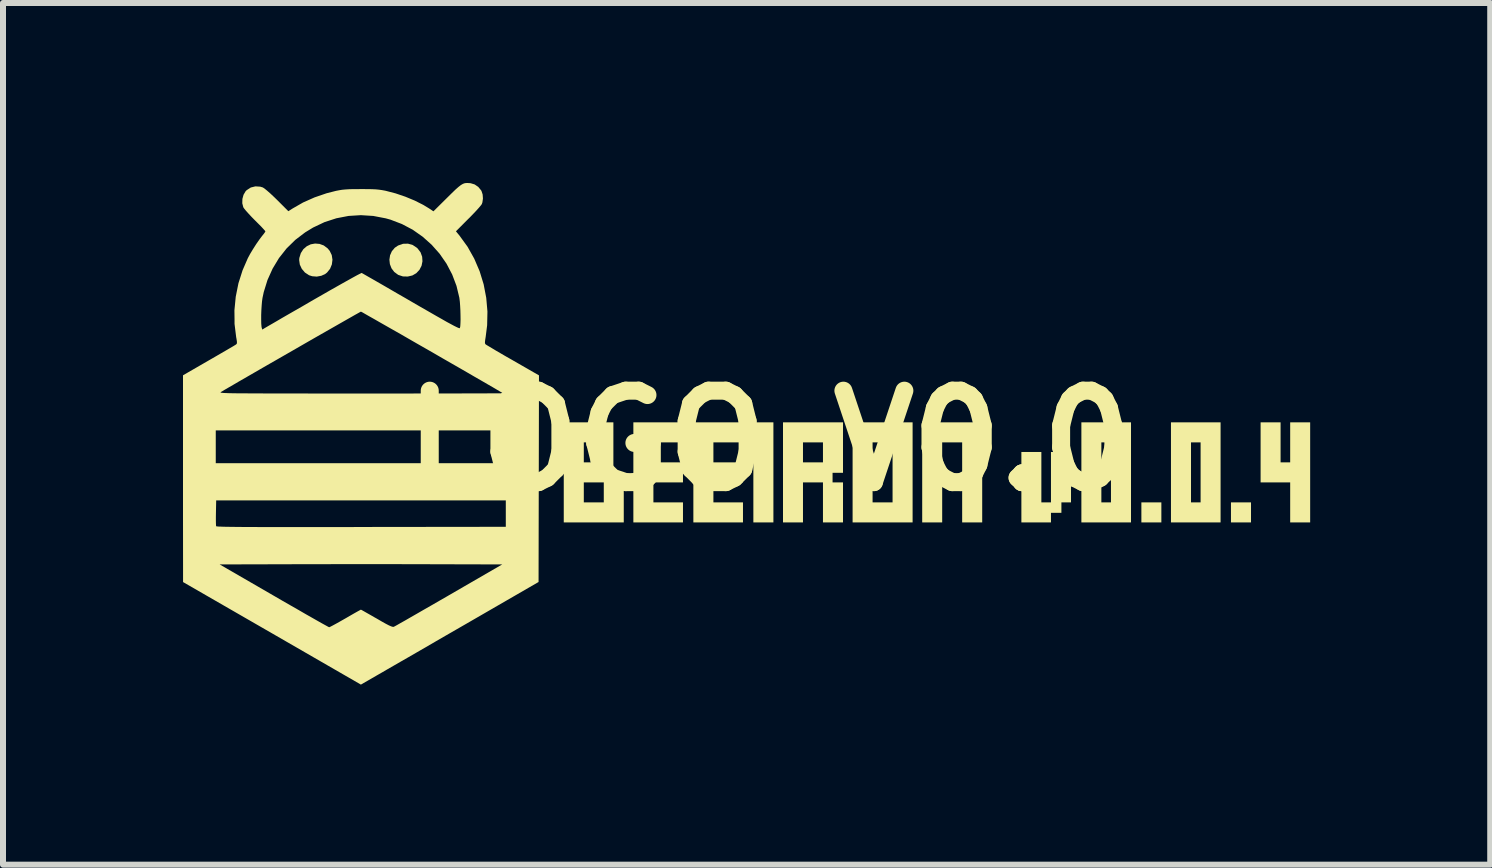
<source format=kicad_pcb>
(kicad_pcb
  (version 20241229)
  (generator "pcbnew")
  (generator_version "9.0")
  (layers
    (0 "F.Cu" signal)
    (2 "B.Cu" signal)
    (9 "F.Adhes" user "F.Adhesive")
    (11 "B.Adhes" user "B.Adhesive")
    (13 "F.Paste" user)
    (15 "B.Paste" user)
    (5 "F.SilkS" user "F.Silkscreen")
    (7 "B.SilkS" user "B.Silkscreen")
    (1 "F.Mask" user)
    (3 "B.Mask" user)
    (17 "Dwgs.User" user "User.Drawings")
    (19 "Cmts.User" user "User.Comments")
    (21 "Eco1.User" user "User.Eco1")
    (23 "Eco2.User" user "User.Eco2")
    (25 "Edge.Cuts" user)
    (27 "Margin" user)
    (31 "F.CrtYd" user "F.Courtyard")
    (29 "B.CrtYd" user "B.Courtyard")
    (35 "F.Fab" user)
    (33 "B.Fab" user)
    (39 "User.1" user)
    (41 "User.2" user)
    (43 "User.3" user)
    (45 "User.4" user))
  (footprint "LOGO V0.0"
    (layer "F.Cu")
    (at 9.773 4.296)
    (property "Reference" "LOGO V0.0" (at 0 0 0) (layer "F.SilkS") (effects (font (size 1.524 1.524) (thickness 0.3))))
    (attr board_only exclude_from_pos_files exclude_from_bom)
    (fp_poly (pts (xy 0.067 1.361) (xy -0.267 1.361) (xy -0.267 -0.307) (xy 0.067 -0.307)) (stroke (width 0) (type solid)) (fill yes) (layer "F.SilkS"))
    (fp_poly (pts (xy 6.533 1.361) (xy 6.2 1.361) (xy 6.2 1.027) (xy 6.533 1.027)) (stroke (width 0) (type solid)) (fill yes) (layer "F.SilkS"))
    (fp_poly (pts (xy 8.027 1.361) (xy 7.693 1.361) (xy 7.693 1.027) (xy 8.027 1.027)) (stroke (width 0) (type solid)) (fill yes) (layer "F.SilkS"))
    (fp_poly (pts (xy 3.547 1.361) (xy 3.213 1.361) (xy 3.213 0.027) (xy 2.88 0.027) (xy 2.88 1.361) (xy 2.547 1.361) (xy 2.547 -0.307) (xy 3.547 -0.307)) (stroke (width 0) (type solid)) (fill yes) (layer "F.SilkS"))
    (fp_poly (pts (xy 8.52 0.36) (xy 8.68 0.36) (xy 8.68 -0.307) (xy 9.013 -0.307) (xy 9.013 1.361) (xy 8.68 1.361) (xy 8.68 0.694) (xy 8.187 0.694) (xy 8.187 -0.307) (xy 8.52 -0.307)) (stroke (width 0) (type solid)) (fill yes) (layer "F.SilkS"))
    (fp_poly (pts (xy 2.387 1.361) (xy 1.387 1.361) (xy 1.387 1.027) (xy 1.72 1.027) (xy 2.053 1.027) (xy 2.053 0.027) (xy 1.72 0.027) (xy 1.72 1.027) (xy 1.387 1.027) (xy 1.387 -0.307) (xy 2.387 -0.307)) (stroke (width 0) (type solid)) (fill yes) (layer "F.SilkS"))
    (fp_poly (pts (xy 6.027 1.361) (xy 5.2 1.361) (xy 5.2 1.027) (xy 5.533 1.027) (xy 5.693 1.027) (xy 5.693 0.027) (xy 5.533 0.027) (xy 5.533 1.027) (xy 5.2 1.027) (xy 5.2 -0.307) (xy 6.027 -0.307)) (stroke (width 0) (type solid)) (fill yes) (layer "F.SilkS"))
    (fp_poly (pts (xy 7.52 1.361) (xy 6.693 1.361) (xy 6.693 1.027) (xy 7.027 1.027) (xy 7.187 1.027) (xy 7.187 0.027) (xy 7.027 0.027) (xy 7.027 1.027) (xy 6.693 1.027) (xy 6.693 -0.307) (xy 7.52 -0.307)) (stroke (width 0) (type solid)) (fill yes) (layer "F.SilkS"))
    (fp_poly (pts (xy -1.44 0.027) (xy -1.933 0.027) (xy -1.933 0.36) (xy -1.44 0.36) (xy -1.44 0.694) (xy -1.933 0.694) (xy -1.933 1.027) (xy -1.44 1.027) (xy -1.44 1.361) (xy -2.267 1.361) (xy -2.267 -0.307) (xy -1.44 -0.307)) (stroke (width 0) (type solid)) (fill yes) (layer "F.SilkS"))
    (fp_poly (pts (xy -0.44 0.027) (xy -0.933 0.027) (xy -0.933 0.36) (xy -0.44 0.36) (xy -0.44 0.694) (xy -0.933 0.694) (xy -0.933 1.027) (xy -0.44 1.027) (xy -0.44 1.361) (xy -1.267 1.361) (xy -1.267 -0.307) (xy -0.44 -0.307)) (stroke (width 0) (type solid)) (fill yes) (layer "F.SilkS"))
    (fp_poly (pts (xy 4.533 1.027) (xy 4.693 1.027) (xy 4.693 0.187) (xy 5.027 0.187) (xy 5.027 1.027) (xy 4.867 1.027) (xy 4.867 1.201) (xy 4.693 1.201) (xy 4.693 1.361) (xy 4.2 1.361) (xy 4.2 0.187) (xy 4.533 0.187)) (stroke (width 0) (type solid)) (fill yes) (layer "F.SilkS"))
    (fp_poly (pts (xy 1.227 0.534) (xy 1.053 0.534) (xy 1.053 0.694) (xy 1.227 0.694) (xy 1.227 1.361) (xy 0.893 1.361) (xy 0.893 0.694) (xy 0.56 0.694) (xy 0.56 1.361) (xy 0.227 1.361) (xy 0.227 0.36) (xy 0.56 0.36) (xy 0.893 0.36) (xy 0.893 0.027) (xy 0.56 0.027) (xy 0.56 0.36) (xy 0.227 0.36) (xy 0.227 -0.307) (xy 1.227 -0.307)) (stroke (width 0) (type solid)) (fill yes) (layer "F.SilkS"))
    (fp_poly (pts (xy -2.6 0.52) (xy -2.427 0.52) (xy -2.427 1.361) (xy -3.427 1.361) (xy -3.427 1.027) (xy -3.093 1.027) (xy -2.76 1.027) (xy -2.76 0.694) (xy -3.093 0.694) (xy -3.093 1.027) (xy -3.427 1.027) (xy -3.427 0.36) (xy -3.093 0.36) (xy -2.933 0.36) (xy -2.933 0.027) (xy -3.093 0.027) (xy -3.093 0.36) (xy -3.427 0.36) (xy -3.427 -0.307) (xy -2.6 -0.307)) (stroke (width 0) (type solid)) (fill yes) (layer "F.SilkS"))
    (fp_poly (pts (xy -7.498 -3.281) (xy -7.427 -3.255) (xy -7.363 -3.207) (xy -7.328 -3.165) (xy -7.294 -3.095) (xy -7.282 -3.017) (xy -7.292 -2.939) (xy -7.322 -2.866) (xy -7.372 -2.804) (xy -7.402 -2.78) (xy -7.467 -2.75) (xy -7.543 -2.736) (xy -7.62 -2.742) (xy -7.673 -2.759) (xy -7.741 -2.804) (xy -7.793 -2.865) (xy -7.826 -2.936) (xy -7.837 -3.013) (xy -7.834 -3.047) (xy -7.809 -3.128) (xy -7.767 -3.193) (xy -7.71 -3.242) (xy -7.644 -3.274) (xy -7.572 -3.287)) (stroke (width 0) (type solid)) (fill yes) (layer "F.SilkS"))
    (fp_poly (pts (xy -5.945 -3.263) (xy -5.873 -3.215) (xy -5.864 -3.206) (xy -5.814 -3.141) (xy -5.787 -3.067) (xy -5.782 -2.991) (xy -5.797 -2.917) (xy -5.832 -2.849) (xy -5.886 -2.792) (xy -5.95 -2.755) (xy -6.027 -2.737) (xy -6.108 -2.739) (xy -6.184 -2.764) (xy -6.188 -2.766) (xy -6.252 -2.813) (xy -6.298 -2.874) (xy -6.325 -2.944) (xy -6.333 -3.018) (xy -6.322 -3.091) (xy -6.292 -3.159) (xy -6.243 -3.217) (xy -6.188 -3.254) (xy -6.105 -3.283) (xy -6.023 -3.285)) (stroke (width 0) (type solid)) (fill yes) (layer "F.SilkS"))
    (fp_poly (pts (xy -5.008 -4.295) (xy -4.978 -4.292) (xy -4.912 -4.272) (xy -4.852 -4.231) (xy -4.804 -4.173) (xy -4.798 -4.162) (xy -4.779 -4.105) (xy -4.774 -4.037) (xy -4.783 -3.973) (xy -4.793 -3.944) (xy -4.809 -3.922) (xy -4.84 -3.885) (xy -4.884 -3.836) (xy -4.938 -3.779) (xy -4.998 -3.717) (xy -5.019 -3.697) (xy -5.224 -3.491) (xy -5.163 -3.417) (xy -5.03 -3.233) (xy -4.919 -3.035) (xy -4.829 -2.825) (xy -4.762 -2.607) (xy -4.719 -2.382) (xy -4.699 -2.154) (xy -4.704 -1.925) (xy -4.728 -1.735) (xy -4.737 -1.678) (xy -4.741 -1.641) (xy -4.738 -1.619) (xy -4.73 -1.607) (xy -4.715 -1.597) (xy -4.68 -1.576) (xy -4.626 -1.544) (xy -4.558 -1.503) (xy -4.477 -1.456) (xy -4.386 -1.403) (xy -4.287 -1.347) (xy -4.277 -1.341) (xy -3.84 -1.09) (xy -3.847 2.354) (xy -5.053 3.051) (xy -5.225 3.15) (xy -5.395 3.248) (xy -5.561 3.344) (xy -5.721 3.437) (xy -5.873 3.525) (xy -6.015 3.607) (xy -6.146 3.682) (xy -6.262 3.749) (xy -6.363 3.807) (xy -6.445 3.855) (xy -6.508 3.891) (xy -6.534 3.906) (xy -6.808 4.064) (xy -8.29 3.209) (xy -9.772 2.355) (xy -9.772 2.061) (xy -9.162 2.061) (xy -8.258 2.584) (xy -8.115 2.667) (xy -7.979 2.745) (xy -7.851 2.818) (xy -7.734 2.886) (xy -7.628 2.946) (xy -7.535 2.999) (xy -7.459 3.042) (xy -7.399 3.075) (xy -7.359 3.097) (xy -7.339 3.107) (xy -7.337 3.108) (xy -7.322 3.102) (xy -7.287 3.084) (xy -7.235 3.056) (xy -7.172 3.021) (xy -7.1 2.98) (xy -7.068 2.962) (xy -6.994 2.919) (xy -6.928 2.881) (xy -6.873 2.85) (xy -6.833 2.828) (xy -6.811 2.816) (xy -6.808 2.815) (xy -6.795 2.821) (xy -6.763 2.839) (xy -6.714 2.867) (xy -6.652 2.902) (xy -6.581 2.943) (xy -6.545 2.963) (xy -6.459 3.013) (xy -6.393 3.05) (xy -6.343 3.076) (xy -6.307 3.092) (xy -6.283 3.1) (xy -6.266 3.102) (xy -6.259 3.1) (xy -6.243 3.092) (xy -6.205 3.071) (xy -6.149 3.039) (xy -6.074 2.997) (xy -5.984 2.945) (xy -5.881 2.886) (xy -5.765 2.819) (xy -5.639 2.747) (xy -5.504 2.669) (xy -5.363 2.588) (xy -5.341 2.575) (xy -4.453 2.061) (xy -5.625 2.058) (xy -5.838 2.057) (xy -6.072 2.057) (xy -6.321 2.056) (xy -6.581 2.056) (xy -6.846 2.056) (xy -7.109 2.056) (xy -7.367 2.057) (xy -7.613 2.057) (xy -7.841 2.057) (xy -7.98 2.058) (xy -9.162 2.061) (xy -9.772 2.061) (xy -9.773 1.273) (xy -9.225 1.273) (xy -9.225 1.336) (xy -9.224 1.386) (xy -9.222 1.417) (xy -9.221 1.424) (xy -9.216 1.426) (xy -9.202 1.428) (xy -9.178 1.43) (xy -9.144 1.431) (xy -9.097 1.433) (xy -9.038 1.434) (xy -8.965 1.435) (xy -8.877 1.436) (xy -8.772 1.437) (xy -8.651 1.437) (xy -8.512 1.438) (xy -8.354 1.438) (xy -8.175 1.438) (xy -7.976 1.438) (xy -7.754 1.438) (xy -7.51 1.438) (xy -7.241 1.438) (xy -6.947 1.438) (xy -6.804 1.437) (xy -4.393 1.434) (xy -4.393 0.994) (xy -9.22 0.994) (xy -9.224 1.2) (xy -9.225 1.273) (xy -9.773 1.273) (xy -9.773 0.632) (xy -9.773 0.374) (xy -9.227 0.374) (xy -4.387 0.374) (xy -4.387 -0.173) (xy -9.227 -0.173) (xy -9.227 0.374) (xy -9.773 0.374) (xy -9.773 -0.807) (xy -9.147 -0.807) (xy -9.146 -0.804) (xy -9.141 -0.802) (xy -9.13 -0.8) (xy -9.112 -0.798) (xy -9.087 -0.796) (xy -9.053 -0.795) (xy -9.008 -0.793) (xy -8.953 -0.792) (xy -8.885 -0.791) (xy -8.804 -0.79) (xy -8.708 -0.79) (xy -8.596 -0.789) (xy -8.468 -0.789) (xy -8.321 -0.788) (xy -8.155 -0.788) (xy -7.969 -0.788) (xy -7.762 -0.788) (xy -7.532 -0.787) (xy -7.279 -0.787) (xy -7 -0.787) (xy -6.808 -0.787) (xy -6.558 -0.787) (xy -6.317 -0.787) (xy -6.083 -0.787) (xy -5.86 -0.788) (xy -5.648 -0.788) (xy -5.449 -0.788) (xy -5.263 -0.788) (xy -5.093 -0.789) (xy -4.94 -0.789) (xy -4.804 -0.789) (xy -4.688 -0.79) (xy -4.593 -0.79) (xy -4.52 -0.791) (xy -4.47 -0.791) (xy -4.444 -0.792) (xy -4.441 -0.792) (xy -4.455 -0.801) (xy -4.49 -0.821) (xy -4.544 -0.853) (xy -4.615 -0.895) (xy -4.702 -0.945) (xy -4.802 -1.003) (xy -4.915 -1.068) (xy -5.037 -1.139) (xy -5.167 -1.214) (xy -5.303 -1.292) (xy -5.444 -1.373) (xy -5.587 -1.456) (xy -5.73 -1.538) (xy -5.872 -1.619) (xy -6.011 -1.699) (xy -6.144 -1.776) (xy -6.271 -1.848) (xy -6.389 -1.915) (xy -6.496 -1.976) (xy -6.59 -2.03) (xy -6.67 -2.075) (xy -6.733 -2.111) (xy -6.778 -2.137) (xy -6.803 -2.15) (xy -6.808 -2.152) (xy -6.82 -2.146) (xy -6.854 -2.127) (xy -6.908 -2.097) (xy -6.978 -2.057) (xy -7.064 -2.008) (xy -7.164 -1.951) (xy -7.276 -1.887) (xy -7.397 -1.818) (xy -7.527 -1.744) (xy -7.663 -1.666) (xy -7.802 -1.586) (xy -7.944 -1.504) (xy -8.087 -1.422) (xy -8.228 -1.341) (xy -8.366 -1.262) (xy -8.498 -1.186) (xy -8.624 -1.113) (xy -8.74 -1.046) (xy -8.846 -0.985) (xy -8.938 -0.931) (xy -9.016 -0.886) (xy -9.078 -0.85) (xy -9.121 -0.824) (xy -9.14 -0.813) (xy -9.145 -0.809) (xy -9.147 -0.807) (xy -9.773 -0.807) (xy -9.773 -1.091) (xy -9.342 -1.34) (xy -9.243 -1.397) (xy -9.152 -1.45) (xy -9.069 -1.498) (xy -8.999 -1.539) (xy -8.944 -1.571) (xy -8.906 -1.594) (xy -8.889 -1.605) (xy -8.889 -1.605) (xy -8.878 -1.615) (xy -8.874 -1.631) (xy -8.875 -1.658) (xy -8.882 -1.702) (xy -8.887 -1.728) (xy -8.914 -1.948) (xy -8.914 -2.019) (xy -8.47 -2.019) (xy -8.469 -1.954) (xy -8.465 -1.905) (xy -8.461 -1.883) (xy -8.451 -1.853) (xy -8.409 -1.879) (xy -8.39 -1.89) (xy -8.351 -1.913) (xy -8.292 -1.947) (xy -8.216 -1.991) (xy -8.126 -2.044) (xy -8.022 -2.104) (xy -7.907 -2.17) (xy -7.783 -2.241) (xy -7.653 -2.317) (xy -7.589 -2.354) (xy -7.456 -2.43) (xy -7.331 -2.502) (xy -7.214 -2.568) (xy -7.108 -2.628) (xy -7.013 -2.681) (xy -6.934 -2.725) (xy -6.87 -2.76) (xy -6.825 -2.783) (xy -6.8 -2.795) (xy -6.795 -2.797) (xy -6.781 -2.789) (xy -6.746 -2.769) (xy -6.692 -2.738) (xy -6.62 -2.697) (xy -6.533 -2.647) (xy -6.432 -2.589) (xy -6.32 -2.524) (xy -6.198 -2.453) (xy -6.067 -2.378) (xy -5.973 -2.323) (xy -5.814 -2.231) (xy -5.676 -2.152) (xy -5.558 -2.084) (xy -5.459 -2.028) (xy -5.377 -1.981) (xy -5.31 -1.945) (xy -5.258 -1.917) (xy -5.218 -1.897) (xy -5.19 -1.884) (xy -5.171 -1.877) (xy -5.161 -1.876) (xy -5.158 -1.879) (xy -5.152 -1.907) (xy -5.149 -1.956) (xy -5.147 -2.021) (xy -5.148 -2.095) (xy -5.15 -2.173) (xy -5.154 -2.249) (xy -5.159 -2.318) (xy -5.166 -2.374) (xy -5.167 -2.383) (xy -5.215 -2.582) (xy -5.287 -2.772) (xy -5.381 -2.951) (xy -5.496 -3.117) (xy -5.629 -3.267) (xy -5.779 -3.401) (xy -5.944 -3.517) (xy -6.124 -3.612) (xy -6.315 -3.685) (xy -6.394 -3.707) (xy -6.602 -3.747) (xy -6.809 -3.76) (xy -7.015 -3.747) (xy -7.217 -3.708) (xy -7.414 -3.644) (xy -7.604 -3.554) (xy -7.737 -3.473) (xy -7.901 -3.348) (xy -8.047 -3.205) (xy -8.174 -3.044) (xy -8.28 -2.868) (xy -8.365 -2.679) (xy -8.427 -2.479) (xy -8.448 -2.381) (xy -8.456 -2.324) (xy -8.462 -2.254) (xy -8.467 -2.175) (xy -8.47 -2.095) (xy -8.47 -2.019) (xy -8.914 -2.019) (xy -8.916 -2.174) (xy -8.894 -2.401) (xy -8.849 -2.625) (xy -8.78 -2.842) (xy -8.693 -3.042) (xy -8.655 -3.113) (xy -8.607 -3.193) (xy -8.554 -3.276) (xy -8.502 -3.351) (xy -8.456 -3.412) (xy -8.452 -3.417) (xy -8.424 -3.452) (xy -8.405 -3.479) (xy -8.4 -3.491) (xy -8.409 -3.503) (xy -8.434 -3.531) (xy -8.472 -3.572) (xy -8.521 -3.621) (xy -8.575 -3.675) (xy -8.632 -3.733) (xy -8.683 -3.788) (xy -8.726 -3.836) (xy -8.755 -3.872) (xy -8.768 -3.892) (xy -8.785 -3.958) (xy -8.783 -4.031) (xy -8.764 -4.1) (xy -8.73 -4.158) (xy -8.711 -4.177) (xy -8.643 -4.221) (xy -8.566 -4.24) (xy -8.486 -4.235) (xy -8.443 -4.222) (xy -8.415 -4.204) (xy -8.372 -4.169) (xy -8.316 -4.12) (xy -8.25 -4.058) (xy -8.205 -4.014) (xy -8.017 -3.826) (xy -7.945 -3.872) (xy -7.772 -3.971) (xy -7.581 -4.056) (xy -7.38 -4.125) (xy -7.223 -4.165) (xy -7.171 -4.175) (xy -7.123 -4.183) (xy -7.071 -4.188) (xy -7.012 -4.192) (xy -6.939 -4.194) (xy -6.847 -4.194) (xy -6.807 -4.195) (xy -6.706 -4.194) (xy -6.626 -4.193) (xy -6.562 -4.19) (xy -6.509 -4.185) (xy -6.459 -4.178) (xy -6.409 -4.169) (xy -6.391 -4.165) (xy -6.23 -4.123) (xy -6.068 -4.068) (xy -5.911 -4.003) (xy -5.768 -3.931) (xy -5.671 -3.872) (xy -5.599 -3.824) (xy -5.369 -4.052) (xy -5.292 -4.128) (xy -5.231 -4.187) (xy -5.181 -4.231) (xy -5.141 -4.262) (xy -5.107 -4.282) (xy -5.076 -4.293) (xy -5.043 -4.296)) (stroke (width 0) (type solid)) (fill yes) (layer "F.SilkS")))
  (gr_rect
    (start -3 -3)
    (end 21.787 11.361)
    (stroke (width 0.1) (type default))
    (fill no)
    (layer "Edge.Cuts")))
</source>
